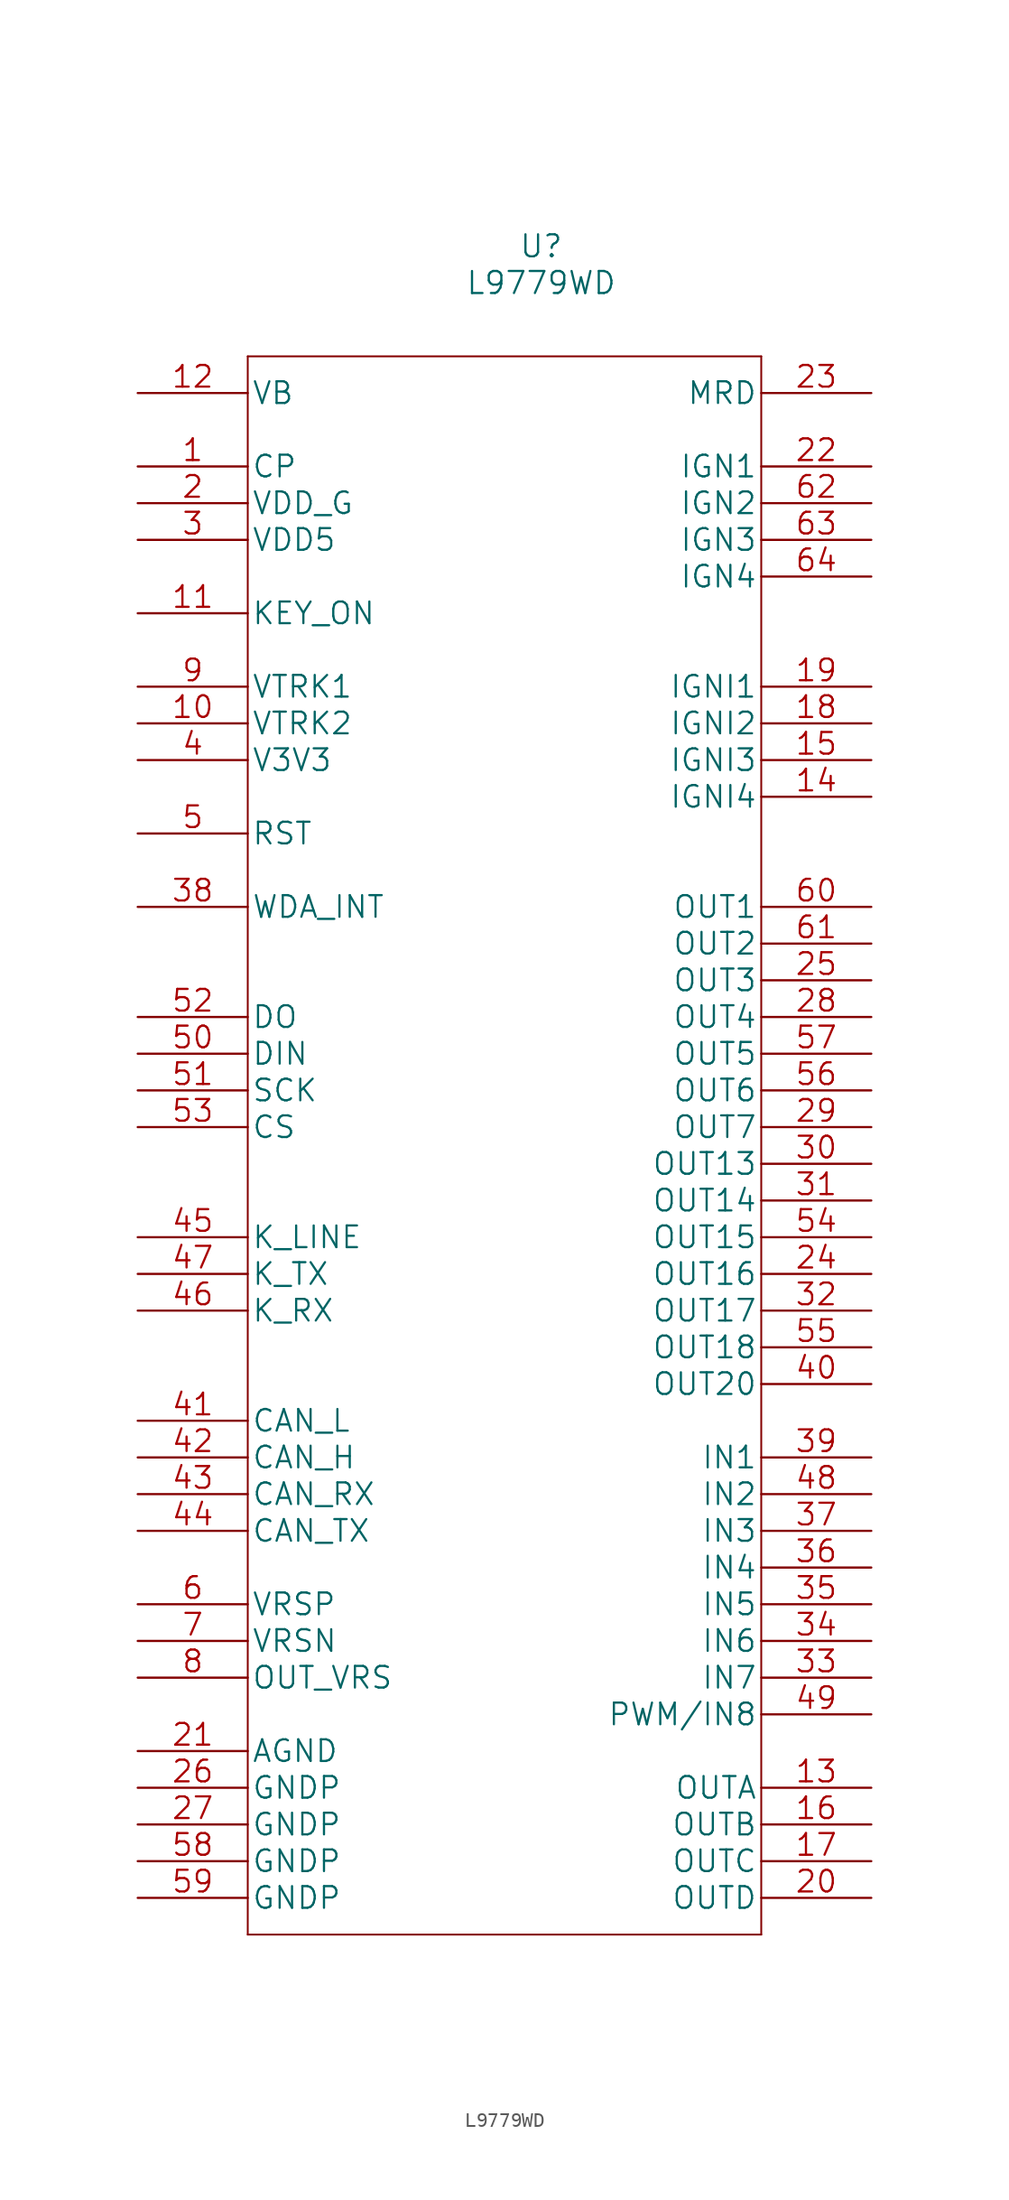
<source format=kicad_sym>
(kicad_symbol_lib
  (version 20211014)
  (generator kicad_symbol_editor)
  (symbol "L9779WD"
    (pin_names
      (offset 0.254))
    (property "Reference" "U"
      (at 27.94 15.24 0)
      (effects (font (size 1.524 1.524))))
    (property "Value" "L9779WD"
      (at 27.94 12.7 0)
      (effects (font (size 1.524 1.524))))
    (property "Datasheet" ""
      (at 0 0 0)
      (effects (font (size 1.524 1.524))))
    (property "ki_locked" ""
      (at 0 0 0)
      (effects (font (size 1.27 1.27))))
    (symbol "L9779WD_1_1"
      (polyline (pts (xy 7.62 -101.6) (xy 43.18 -101.6)) (stroke (width 0.127) (type default) (color 0 0 0 0)) (fill (type none)))
      (polyline (pts (xy 7.62 7.62) (xy 7.62 -101.6)) (stroke (width 0.127) (type default) (color 0 0 0 0)) (fill (type none)))
      (polyline (pts (xy 43.18 -101.6) (xy 43.18 7.62)) (stroke (width 0.127) (type default) (color 0 0 0 0)) (fill (type none)))
      (polyline (pts (xy 43.18 7.62) (xy 7.62 7.62)) (stroke (width 0.127) (type default) (color 0 0 0 0)) (fill (type none)))
      (pin unspecified line (at 0 0 0) (length 7.62) (name "CP" (effects (font (size 1.499 1.499)))) (number "1" (effects (font (size 1.499 1.499)))))
      (pin unspecified line (at 0 -17.78 0) (length 7.62) (name "VTRK2" (effects (font (size 1.499 1.499)))) (number "10" (effects (font (size 1.499 1.499)))))
      (pin unspecified line (at 0 -10.16 0) (length 7.62) (name "KEY_ON" (effects (font (size 1.499 1.499)))) (number "11" (effects (font (size 1.499 1.499)))))
      (pin unspecified line (at 0 5.08 0) (length 7.62) (name "VB" (effects (font (size 1.499 1.499)))) (number "12" (effects (font (size 1.499 1.499)))))
      (pin unspecified line (at 50.8 -91.44 180) (length 7.62) (name "OUTA" (effects (font (size 1.499 1.499)))) (number "13" (effects (font (size 1.499 1.499)))))
      (pin unspecified line (at 50.8 -22.86 180) (length 7.62) (name "IGNI4" (effects (font (size 1.499 1.499)))) (number "14" (effects (font (size 1.499 1.499)))))
      (pin unspecified line (at 50.8 -20.32 180) (length 7.62) (name "IGNI3" (effects (font (size 1.499 1.499)))) (number "15" (effects (font (size 1.499 1.499)))))
      (pin unspecified line (at 50.8 -93.98 180) (length 7.62) (name "OUTB" (effects (font (size 1.499 1.499)))) (number "16" (effects (font (size 1.499 1.499)))))
      (pin unspecified line (at 50.8 -96.52 180) (length 7.62) (name "OUTC" (effects (font (size 1.499 1.499)))) (number "17" (effects (font (size 1.499 1.499)))))
      (pin unspecified line (at 50.8 -17.78 180) (length 7.62) (name "IGNI2" (effects (font (size 1.499 1.499)))) (number "18" (effects (font (size 1.499 1.499)))))
      (pin unspecified line (at 50.8 -15.24 180) (length 7.62) (name "IGNI1" (effects (font (size 1.499 1.499)))) (number "19" (effects (font (size 1.499 1.499)))))
      (pin power_in line (at 0 -2.54 0) (length 7.62) (name "VDD_G" (effects (font (size 1.499 1.499)))) (number "2" (effects (font (size 1.499 1.499)))))
      (pin unspecified line (at 50.8 -99.06 180) (length 7.62) (name "OUTD" (effects (font (size 1.499 1.499)))) (number "20" (effects (font (size 1.499 1.499)))))
      (pin power_in line (at 0 -88.9 0) (length 7.62) (name "AGND" (effects (font (size 1.499 1.499)))) (number "21" (effects (font (size 1.499 1.499)))))
      (pin unspecified line (at 50.8 0 180) (length 7.62) (name "IGN1" (effects (font (size 1.499 1.499)))) (number "22" (effects (font (size 1.499 1.499)))))
      (pin unspecified line (at 50.8 5.08 180) (length 7.62) (name "MRD" (effects (font (size 1.499 1.499)))) (number "23" (effects (font (size 1.499 1.499)))))
      (pin unspecified line (at 50.8 -55.88 180) (length 7.62) (name "OUT16" (effects (font (size 1.499 1.499)))) (number "24" (effects (font (size 1.499 1.499)))))
      (pin unspecified line (at 50.8 -35.56 180) (length 7.62) (name "OUT3" (effects (font (size 1.499 1.499)))) (number "25" (effects (font (size 1.499 1.499)))))
      (pin power_in line (at 0 -91.44 0) (length 7.62) (name "GNDP" (effects (font (size 1.499 1.499)))) (number "26" (effects (font (size 1.499 1.499)))))
      (pin power_in line (at 0 -93.98 0) (length 7.62) (name "GNDP" (effects (font (size 1.499 1.499)))) (number "27" (effects (font (size 1.499 1.499)))))
      (pin unspecified line (at 50.8 -38.1 180) (length 7.62) (name "OUT4" (effects (font (size 1.499 1.499)))) (number "28" (effects (font (size 1.499 1.499)))))
      (pin unspecified line (at 50.8 -45.72 180) (length 7.62) (name "OUT7" (effects (font (size 1.499 1.499)))) (number "29" (effects (font (size 1.499 1.499)))))
      (pin power_in line (at 0 -5.08 0) (length 7.62) (name "VDD5" (effects (font (size 1.499 1.499)))) (number "3" (effects (font (size 1.499 1.499)))))
      (pin unspecified line (at 50.8 -48.26 180) (length 7.62) (name "OUT13" (effects (font (size 1.499 1.499)))) (number "30" (effects (font (size 1.499 1.499)))))
      (pin unspecified line (at 50.8 -50.8 180) (length 7.62) (name "OUT14" (effects (font (size 1.499 1.499)))) (number "31" (effects (font (size 1.499 1.499)))))
      (pin unspecified line (at 50.8 -58.42 180) (length 7.62) (name "OUT17" (effects (font (size 1.499 1.499)))) (number "32" (effects (font (size 1.499 1.499)))))
      (pin unspecified line (at 50.8 -83.82 180) (length 7.62) (name "IN7" (effects (font (size 1.499 1.499)))) (number "33" (effects (font (size 1.499 1.499)))))
      (pin unspecified line (at 50.8 -81.28 180) (length 7.62) (name "IN6" (effects (font (size 1.499 1.499)))) (number "34" (effects (font (size 1.499 1.499)))))
      (pin unspecified line (at 50.8 -78.74 180) (length 7.62) (name "IN5" (effects (font (size 1.499 1.499)))) (number "35" (effects (font (size 1.499 1.499)))))
      (pin unspecified line (at 50.8 -76.2 180) (length 7.62) (name "IN4" (effects (font (size 1.499 1.499)))) (number "36" (effects (font (size 1.499 1.499)))))
      (pin unspecified line (at 50.8 -73.66 180) (length 7.62) (name "IN3" (effects (font (size 1.499 1.499)))) (number "37" (effects (font (size 1.499 1.499)))))
      (pin unspecified line (at 0 -30.48 0) (length 7.62) (name "WDA_INT" (effects (font (size 1.499 1.499)))) (number "38" (effects (font (size 1.499 1.499)))))
      (pin unspecified line (at 50.8 -68.58 180) (length 7.62) (name "IN1" (effects (font (size 1.499 1.499)))) (number "39" (effects (font (size 1.499 1.499)))))
      (pin unspecified line (at 0 -20.32 0) (length 7.62) (name "V3V3" (effects (font (size 1.499 1.499)))) (number "4" (effects (font (size 1.499 1.499)))))
      (pin unspecified line (at 50.8 -63.5 180) (length 7.62) (name "OUT20" (effects (font (size 1.499 1.499)))) (number "40" (effects (font (size 1.499 1.499)))))
      (pin unspecified line (at 0 -66.04 0) (length 7.62) (name "CAN_L" (effects (font (size 1.499 1.499)))) (number "41" (effects (font (size 1.499 1.499)))))
      (pin unspecified line (at 0 -68.58 0) (length 7.62) (name "CAN_H" (effects (font (size 1.499 1.499)))) (number "42" (effects (font (size 1.499 1.499)))))
      (pin unspecified line (at 0 -71.12 0) (length 7.62) (name "CAN_RX" (effects (font (size 1.499 1.499)))) (number "43" (effects (font (size 1.499 1.499)))))
      (pin unspecified line (at 0 -73.66 0) (length 7.62) (name "CAN_TX" (effects (font (size 1.499 1.499)))) (number "44" (effects (font (size 1.499 1.499)))))
      (pin unspecified line (at 0 -53.34 0) (length 7.62) (name "K_LINE" (effects (font (size 1.499 1.499)))) (number "45" (effects (font (size 1.499 1.499)))))
      (pin unspecified line (at 0 -58.42 0) (length 7.62) (name "K_RX" (effects (font (size 1.499 1.499)))) (number "46" (effects (font (size 1.499 1.499)))))
      (pin unspecified line (at 0 -55.88 0) (length 7.62) (name "K_TX" (effects (font (size 1.499 1.499)))) (number "47" (effects (font (size 1.499 1.499)))))
      (pin unspecified line (at 50.8 -71.12 180) (length 7.62) (name "IN2" (effects (font (size 1.499 1.499)))) (number "48" (effects (font (size 1.499 1.499)))))
      (pin unspecified line (at 50.8 -86.36 180) (length 7.62) (name "PWM/IN8" (effects (font (size 1.499 1.499)))) (number "49" (effects (font (size 1.499 1.499)))))
      (pin unspecified line (at 0 -25.4 0) (length 7.62) (name "RST" (effects (font (size 1.499 1.499)))) (number "5" (effects (font (size 1.499 1.499)))))
      (pin unspecified line (at 0 -40.64 0) (length 7.62) (name "DIN" (effects (font (size 1.499 1.499)))) (number "50" (effects (font (size 1.499 1.499)))))
      (pin unspecified line (at 0 -43.18 0) (length 7.62) (name "SCK" (effects (font (size 1.499 1.499)))) (number "51" (effects (font (size 1.499 1.499)))))
      (pin unspecified line (at 0 -38.1 0) (length 7.62) (name "DO" (effects (font (size 1.499 1.499)))) (number "52" (effects (font (size 1.499 1.499)))))
      (pin unspecified line (at 0 -45.72 0) (length 7.62) (name "CS" (effects (font (size 1.499 1.499)))) (number "53" (effects (font (size 1.499 1.499)))))
      (pin unspecified line (at 50.8 -53.34 180) (length 7.62) (name "OUT15" (effects (font (size 1.499 1.499)))) (number "54" (effects (font (size 1.499 1.499)))))
      (pin unspecified line (at 50.8 -60.96 180) (length 7.62) (name "OUT18" (effects (font (size 1.499 1.499)))) (number "55" (effects (font (size 1.499 1.499)))))
      (pin unspecified line (at 50.8 -43.18 180) (length 7.62) (name "OUT6" (effects (font (size 1.499 1.499)))) (number "56" (effects (font (size 1.499 1.499)))))
      (pin unspecified line (at 50.8 -40.64 180) (length 7.62) (name "OUT5" (effects (font (size 1.499 1.499)))) (number "57" (effects (font (size 1.499 1.499)))))
      (pin power_in line (at 0 -96.52 0) (length 7.62) (name "GNDP" (effects (font (size 1.499 1.499)))) (number "58" (effects (font (size 1.499 1.499)))))
      (pin power_in line (at 0 -99.06 0) (length 7.62) (name "GNDP" (effects (font (size 1.499 1.499)))) (number "59" (effects (font (size 1.499 1.499)))))
      (pin unspecified line (at 0 -78.74 0) (length 7.62) (name "VRSP" (effects (font (size 1.499 1.499)))) (number "6" (effects (font (size 1.499 1.499)))))
      (pin unspecified line (at 50.8 -30.48 180) (length 7.62) (name "OUT1" (effects (font (size 1.499 1.499)))) (number "60" (effects (font (size 1.499 1.499)))))
      (pin unspecified line (at 50.8 -33.02 180) (length 7.62) (name "OUT2" (effects (font (size 1.499 1.499)))) (number "61" (effects (font (size 1.499 1.499)))))
      (pin unspecified line (at 50.8 -2.54 180) (length 7.62) (name "IGN2" (effects (font (size 1.499 1.499)))) (number "62" (effects (font (size 1.499 1.499)))))
      (pin unspecified line (at 50.8 -5.08 180) (length 7.62) (name "IGN3" (effects (font (size 1.499 1.499)))) (number "63" (effects (font (size 1.499 1.499)))))
      (pin unspecified line (at 50.8 -7.62 180) (length 7.62) (name "IGN4" (effects (font (size 1.499 1.499)))) (number "64" (effects (font (size 1.499 1.499)))))
      (pin unspecified line (at 0 -81.28 0) (length 7.62) (name "VRSN" (effects (font (size 1.499 1.499)))) (number "7" (effects (font (size 1.499 1.499)))))
      (pin unspecified line (at 0 -83.82 0) (length 7.62) (name "OUT_VRS" (effects (font (size 1.499 1.499)))) (number "8" (effects (font (size 1.499 1.499)))))
      (pin unspecified line (at 0 -15.24 0) (length 7.62) (name "VTRK1" (effects (font (size 1.499 1.499)))) (number "9" (effects (font (size 1.499 1.499))))))))
</source>
